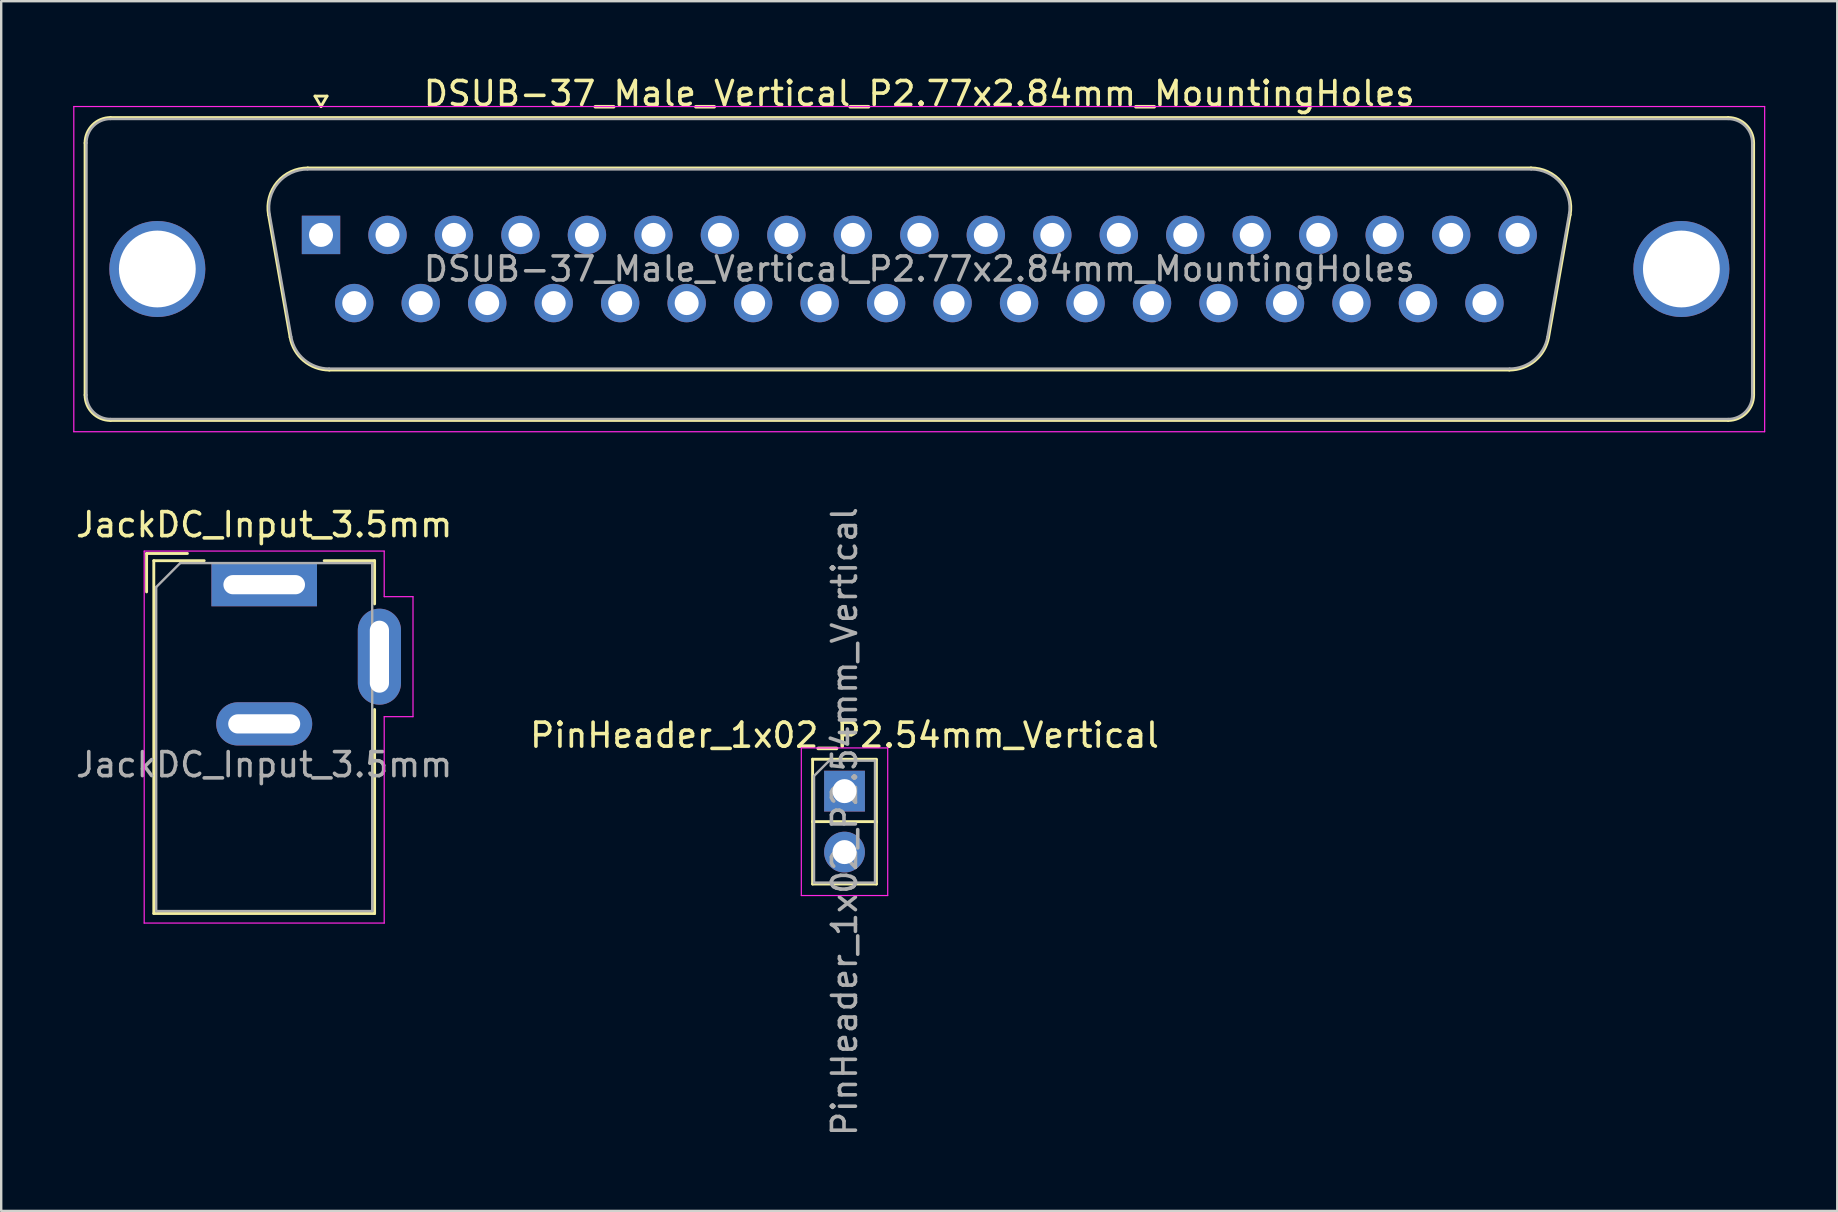
<source format=kicad_pcb>
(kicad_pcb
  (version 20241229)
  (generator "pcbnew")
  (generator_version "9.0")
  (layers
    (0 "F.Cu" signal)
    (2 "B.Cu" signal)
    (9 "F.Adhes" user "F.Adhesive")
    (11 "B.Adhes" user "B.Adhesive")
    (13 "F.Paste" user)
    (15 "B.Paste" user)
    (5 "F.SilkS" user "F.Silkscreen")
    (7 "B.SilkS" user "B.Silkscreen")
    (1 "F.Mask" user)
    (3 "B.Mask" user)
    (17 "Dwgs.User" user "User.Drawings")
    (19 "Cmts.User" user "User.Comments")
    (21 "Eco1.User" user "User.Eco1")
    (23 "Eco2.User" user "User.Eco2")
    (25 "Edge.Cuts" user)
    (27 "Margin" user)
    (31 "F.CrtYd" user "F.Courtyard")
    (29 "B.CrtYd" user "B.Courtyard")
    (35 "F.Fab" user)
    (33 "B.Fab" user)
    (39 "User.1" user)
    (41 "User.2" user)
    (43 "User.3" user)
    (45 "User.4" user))
  (footprint "JackDC_Input_3.5mm"
    (layer "F.Cu")
    (at 7.958 21.311)
    (property "Reference" "JackDC_Input_3.5mm" (at 0 -2.5 0) (layer "F.SilkS") (effects (font (size 1 1) (thickness 0.15))))
    (attr through_hole)
    (fp_line (start -4.9 -1.3) (end -4.9 0.3) (stroke (width 0.12) (type solid)) (layer "F.SilkS"))
    (fp_line (start -4.6 -1) (end -2.5 -1) (stroke (width 0.12) (type solid)) (layer "F.SilkS"))
    (fp_line (start -4.6 13.7) (end -4.6 -1) (stroke (width 0.12) (type solid)) (layer "F.SilkS"))
    (fp_line (start -3.2 -1.3) (end -4.9 -1.3) (stroke (width 0.12) (type solid)) (layer "F.SilkS"))
    (fp_line (start 2.5 -1) (end 4.6 -1) (stroke (width 0.12) (type solid)) (layer "F.SilkS"))
    (fp_line (start 4.6 -1) (end 4.6 0.8) (stroke (width 0.12) (type solid)) (layer "F.SilkS"))
    (fp_line (start 4.6 5.2) (end 4.6 13.7) (stroke (width 0.12) (type solid)) (layer "F.SilkS"))
    (fp_line (start 4.6 13.7) (end -4.6 13.7) (stroke (width 0.12) (type solid)) (layer "F.SilkS"))
    (fp_line (start -5 -1.4) (end -5 14.1) (stroke (width 0.05) (type solid)) (layer "F.CrtYd"))
    (fp_line (start -5 14.1) (end 5 14.1) (stroke (width 0.05) (type solid)) (layer "F.CrtYd"))
    (fp_line (start 5 -1.4) (end -5 -1.4) (stroke (width 0.05) (type solid)) (layer "F.CrtYd"))
    (fp_line (start 5 0.5) (end 5 -1.4) (stroke (width 0.05) (type solid)) (layer "F.CrtYd"))
    (fp_line (start 5 14.1) (end 5 5.5) (stroke (width 0.05) (type solid)) (layer "F.CrtYd"))
    (fp_line (start 6.2 0.5) (end 5 0.5) (stroke (width 0.05) (type solid)) (layer "F.CrtYd"))
    (fp_line (start 6.2 0.5) (end 6.2 5.5) (stroke (width 0.05) (type solid)) (layer "F.CrtYd"))
    (fp_line (start 6.2 5.5) (end 5 5.5) (stroke (width 0.05) (type solid)) (layer "F.CrtYd"))
    (fp_line (start -4.5 0.1) (end -3.5 -0.9) (stroke (width 0.1) (type solid)) (layer "F.Fab"))
    (fp_line (start -4.5 13.6) (end -4.5 0.1) (stroke (width 0.1) (type solid)) (layer "F.Fab"))
    (fp_line (start 4.5 -0.9) (end -3.5 -0.9) (stroke (width 0.1) (type solid)) (layer "F.Fab"))
    (fp_line (start 4.5 -0.9) (end 4.5 13.6) (stroke (width 0.1) (type solid)) (layer "F.Fab"))
    (fp_line (start 4.5 13.6) (end -4.5 13.6) (stroke (width 0.1) (type solid)) (layer "F.Fab"))
    (fp_text user "${REFERENCE}" (at 0 7.5 0) (layer "F.Fab") (effects (font (size 1 1) (thickness 0.15))))
    (pad "1" thru_hole rect (at 0 0) (size 4.4 1.8) (drill oval 3.4 0.8) (layers "*.Cu" "*.Mask"))
    (pad "2" thru_hole oval (at 0 5.8) (size 4 1.8) (drill oval 3 0.8) (layers "*.Cu" "*.Mask"))
    (pad "3" thru_hole oval (at 4.8 3 90) (size 4 1.8) (drill oval 3 0.8) (layers "*.Cu" "*.Mask")))
  (footprint "PinHeader_1x02_P2.54mm_Vertical"
    (layer "F.Cu")
    (at 32.137 29.913)
    (property "Reference" "PinHeader_1x02_P2.54mm_Vertical" (at 0 -2.33 0) (layer "F.SilkS") (effects (font (size 1 1) (thickness 0.15))))
    (attr through_hole)
    (fp_line (start -1.33 -1.33) (end -1.33 1.27) (stroke (width 0.12) (type solid)) (layer "F.SilkS"))
    (fp_line (start -1.33 -1.33) (end 1.33 -1.33) (stroke (width 0.12) (type solid)) (layer "F.SilkS"))
    (fp_line (start -1.33 1.27) (end -1.33 3.87) (stroke (width 0.12) (type solid)) (layer "F.SilkS"))
    (fp_line (start -1.33 1.27) (end 1.33 1.27) (stroke (width 0.12) (type solid)) (layer "F.SilkS"))
    (fp_line (start -1.33 3.87) (end 1.33 3.87) (stroke (width 0.12) (type solid)) (layer "F.SilkS"))
    (fp_line (start 1.33 -1.3) (end 1.33 1.3) (stroke (width 0.12) (type solid)) (layer "F.SilkS"))
    (fp_line (start 1.33 1.27) (end 1.33 3.87) (stroke (width 0.12) (type solid)) (layer "F.SilkS"))
    (fp_line (start -1.8 -1.8) (end -1.8 4.35) (stroke (width 0.05) (type solid)) (layer "F.CrtYd"))
    (fp_line (start -1.8 4.35) (end 1.8 4.35) (stroke (width 0.05) (type solid)) (layer "F.CrtYd"))
    (fp_line (start 1.8 -1.8) (end -1.8 -1.8) (stroke (width 0.05) (type solid)) (layer "F.CrtYd"))
    (fp_line (start 1.8 4.35) (end 1.8 -1.8) (stroke (width 0.05) (type solid)) (layer "F.CrtYd"))
    (fp_line (start -1.27 -0.635) (end -0.635 -1.27) (stroke (width 0.1) (type solid)) (layer "F.Fab"))
    (fp_line (start -1.27 3.81) (end -1.27 -0.635) (stroke (width 0.1) (type solid)) (layer "F.Fab"))
    (fp_line (start -0.635 -1.27) (end 1.27 -1.27) (stroke (width 0.1) (type solid)) (layer "F.Fab"))
    (fp_line (start 1.27 -1.27) (end 1.27 3.81) (stroke (width 0.1) (type solid)) (layer "F.Fab"))
    (fp_line (start 1.27 3.81) (end -1.27 3.81) (stroke (width 0.1) (type solid)) (layer "F.Fab"))
    (fp_text user "${REFERENCE}" (at 0 1.27 90) (layer "F.Fab") (effects (font (size 1 1) (thickness 0.15))))
    (pad "1" thru_hole rect (at 0 0) (size 1.7 1.7) (drill 1) (layers "*.Cu" "*.Mask"))
    (pad "2" thru_hole oval (at 0 2.54) (size 1.7 1.7) (drill 1) (layers "*.Cu" "*.Mask")))
  (footprint "DSUB-37_Male_Vertical_P2.77x2.84mm_MountingHoles"
    (layer "F.Cu")
    (at 10.325 6.738)
    (property "Reference" "DSUB-37_Male_Vertical_P2.77x2.84mm_MountingHoles" (at 24.93 -5.89 0) (layer "F.SilkS") (effects (font (size 1 1) (thickness 0.15))))
    (attr through_hole)
    (fp_line (start -9.83 6.67) (end -9.83 -3.83) (stroke (width 0.12) (type solid)) (layer "F.SilkS"))
    (fp_line (start -8.77 -4.89) (end 58.63 -4.89) (stroke (width 0.12) (type solid)) (layer "F.SilkS"))
    (fp_line (start -2.186 -0.842) (end -1.287 4.258) (stroke (width 0.12) (type solid)) (layer "F.SilkS"))
    (fp_line (start -0.552 -2.79) (end 50.412 -2.79) (stroke (width 0.12) (type solid)) (layer "F.SilkS"))
    (fp_line (start -0.25 -5.784) (end 0.25 -5.784) (stroke (width 0.12) (type solid)) (layer "F.SilkS"))
    (fp_line (start 0 -5.351) (end -0.25 -5.784) (stroke (width 0.12) (type solid)) (layer "F.SilkS"))
    (fp_line (start 0.25 -5.784) (end 0 -5.351) (stroke (width 0.12) (type solid)) (layer "F.SilkS"))
    (fp_line (start 0.348 5.63) (end 49.512 5.63) (stroke (width 0.12) (type solid)) (layer "F.SilkS"))
    (fp_line (start 52.046 -0.842) (end 51.147 4.258) (stroke (width 0.12) (type solid)) (layer "F.SilkS"))
    (fp_line (start 58.63 7.73) (end -8.77 7.73) (stroke (width 0.12) (type solid)) (layer "F.SilkS"))
    (fp_line (start 59.69 -3.83) (end 59.69 6.67) (stroke (width 0.12) (type solid)) (layer "F.SilkS"))
    (fp_arc (start -9.83 -3.83) (mid -9.519533 -4.579533) (end -8.77 -4.89) (stroke (width 0.12) (type solid)) (layer "F.SilkS"))
    (fp_arc (start -8.77 7.73) (mid -9.519533 7.419533) (end -9.83 6.67) (stroke (width 0.12) (type solid)) (layer "F.SilkS"))
    (fp_arc (start -2.18647 -0.841744) (mid -1.823323 -2.197028) (end -0.551689 -2.79) (stroke (width 0.12) (type solid)) (layer "F.SilkS"))
    (fp_arc (start 0.347579 5.63) (mid -0.719449 5.241634) (end -1.287202 4.258256) (stroke (width 0.12) (type solid)) (layer "F.SilkS"))
    (fp_arc (start 50.411689 -2.79) (mid 51.683323 -2.197027) (end 52.04647 -0.841744) (stroke (width 0.12) (type solid)) (layer "F.SilkS"))
    (fp_arc (start 51.147202 4.258256) (mid 50.579449 5.241634) (end 49.512421 5.63) (stroke (width 0.12) (type solid)) (layer "F.SilkS"))
    (fp_arc (start 58.63 -4.89) (mid 59.379533 -4.579533) (end 59.69 -3.83) (stroke (width 0.12) (type solid)) (layer "F.SilkS"))
    (fp_arc (start 59.69 6.67) (mid 59.379533 7.419533) (end 58.63 7.73) (stroke (width 0.12) (type solid)) (layer "F.SilkS"))
    (fp_line (start -10.3 -5.35) (end -10.3 8.2) (stroke (width 0.05) (type solid)) (layer "F.CrtYd"))
    (fp_line (start -10.3 8.2) (end 60.15 8.2) (stroke (width 0.05) (type solid)) (layer "F.CrtYd"))
    (fp_line (start 60.15 -5.35) (end -10.3 -5.35) (stroke (width 0.05) (type solid)) (layer "F.CrtYd"))
    (fp_line (start 60.15 8.2) (end 60.15 -5.35) (stroke (width 0.05) (type solid)) (layer "F.CrtYd"))
    (fp_line (start -9.77 6.67) (end -9.77 -3.83) (stroke (width 0.1) (type solid)) (layer "F.Fab"))
    (fp_line (start -8.77 -4.83) (end 58.63 -4.83) (stroke (width 0.1) (type solid)) (layer "F.Fab"))
    (fp_line (start -2.139 -0.852) (end -1.24 4.248) (stroke (width 0.1) (type solid)) (layer "F.Fab"))
    (fp_line (start -0.563 -2.73) (end 50.423 -2.73) (stroke (width 0.1) (type solid)) (layer "F.Fab"))
    (fp_line (start 0.336 5.57) (end 49.524 5.57) (stroke (width 0.1) (type solid)) (layer "F.Fab"))
    (fp_line (start 51.999 -0.852) (end 51.1 4.248) (stroke (width 0.1) (type solid)) (layer "F.Fab"))
    (fp_line (start 58.63 7.67) (end -8.77 7.67) (stroke (width 0.1) (type solid)) (layer "F.Fab"))
    (fp_line (start 59.63 -3.83) (end 59.63 6.67) (stroke (width 0.1) (type solid)) (layer "F.Fab"))
    (fp_arc (start -9.77 -3.83) (mid -9.477107 -4.537107) (end -8.77 -4.83) (stroke (width 0.1) (type solid)) (layer "F.Fab"))
    (fp_arc (start -8.77 7.67) (mid -9.477107 7.377107) (end -9.77 6.67) (stroke (width 0.1) (type solid)) (layer "F.Fab"))
    (fp_arc (start -2.138886 -0.852163) (mid -1.788865 -2.15846) (end -0.563194 -2.73) (stroke (width 0.1) (type solid)) (layer "F.Fab"))
    (fp_arc (start 0.336073 5.57) (mid -0.692387 5.195671) (end -1.239619 4.247837) (stroke (width 0.1) (type solid)) (layer "F.Fab"))
    (fp_arc (start 50.423194 -2.73) (mid 51.648865 -2.15846) (end 51.998886 -0.852163) (stroke (width 0.1) (type solid)) (layer "F.Fab"))
    (fp_arc (start 51.099619 4.247837) (mid 50.552387 5.195671) (end 49.523927 5.57) (stroke (width 0.1) (type solid)) (layer "F.Fab"))
    (fp_arc (start 58.63 -4.83) (mid 59.337107 -4.537107) (end 59.63 -3.83) (stroke (width 0.1) (type solid)) (layer "F.Fab"))
    (fp_arc (start 59.63 6.67) (mid 59.337107 7.377107) (end 58.63 7.67) (stroke (width 0.1) (type solid)) (layer "F.Fab"))
    (fp_text user "${REFERENCE}" (at 24.93 1.42 0) (layer "F.Fab") (effects (font (size 1 1) (thickness 0.15))))
    (pad "0" thru_hole circle (at -6.82 1.42) (size 4 4) (drill 3.2) (layers "*.Cu" "*.Mask"))
    (pad "0" thru_hole circle (at 56.68 1.42) (size 4 4) (drill 3.2) (layers "*.Cu" "*.Mask"))
    (pad "1" thru_hole rect (at 0 0) (size 1.6 1.6) (drill 1) (layers "*.Cu" "*.Mask"))
    (pad "2" thru_hole circle (at 2.77 0) (size 1.6 1.6) (drill 1) (layers "*.Cu" "*.Mask"))
    (pad "3" thru_hole circle (at 5.54 0) (size 1.6 1.6) (drill 1) (layers "*.Cu" "*.Mask"))
    (pad "4" thru_hole circle (at 8.31 0) (size 1.6 1.6) (drill 1) (layers "*.Cu" "*.Mask"))
    (pad "5" thru_hole circle (at 11.08 0) (size 1.6 1.6) (drill 1) (layers "*.Cu" "*.Mask"))
    (pad "6" thru_hole circle (at 13.85 0) (size 1.6 1.6) (drill 1) (layers "*.Cu" "*.Mask"))
    (pad "7" thru_hole circle (at 16.62 0) (size 1.6 1.6) (drill 1) (layers "*.Cu" "*.Mask"))
    (pad "8" thru_hole circle (at 19.39 0) (size 1.6 1.6) (drill 1) (layers "*.Cu" "*.Mask"))
    (pad "9" thru_hole circle (at 22.16 0) (size 1.6 1.6) (drill 1) (layers "*.Cu" "*.Mask"))
    (pad "10" thru_hole circle (at 24.93 0) (size 1.6 1.6) (drill 1) (layers "*.Cu" "*.Mask"))
    (pad "11" thru_hole circle (at 27.7 0) (size 1.6 1.6) (drill 1) (layers "*.Cu" "*.Mask"))
    (pad "12" thru_hole circle (at 30.47 0) (size 1.6 1.6) (drill 1) (layers "*.Cu" "*.Mask"))
    (pad "13" thru_hole circle (at 33.24 0) (size 1.6 1.6) (drill 1) (layers "*.Cu" "*.Mask"))
    (pad "14" thru_hole circle (at 36.01 0) (size 1.6 1.6) (drill 1) (layers "*.Cu" "*.Mask"))
    (pad "15" thru_hole circle (at 38.78 0) (size 1.6 1.6) (drill 1) (layers "*.Cu" "*.Mask"))
    (pad "16" thru_hole circle (at 41.55 0) (size 1.6 1.6) (drill 1) (layers "*.Cu" "*.Mask"))
    (pad "17" thru_hole circle (at 44.32 0) (size 1.6 1.6) (drill 1) (layers "*.Cu" "*.Mask"))
    (pad "18" thru_hole circle (at 47.09 0) (size 1.6 1.6) (drill 1) (layers "*.Cu" "*.Mask"))
    (pad "19" thru_hole circle (at 49.86 0) (size 1.6 1.6) (drill 1) (layers "*.Cu" "*.Mask"))
    (pad "20" thru_hole circle (at 1.385 2.84) (size 1.6 1.6) (drill 1) (layers "*.Cu" "*.Mask"))
    (pad "21" thru_hole circle (at 4.155 2.84) (size 1.6 1.6) (drill 1) (layers "*.Cu" "*.Mask"))
    (pad "22" thru_hole circle (at 6.925 2.84) (size 1.6 1.6) (drill 1) (layers "*.Cu" "*.Mask"))
    (pad "23" thru_hole circle (at 9.695 2.84) (size 1.6 1.6) (drill 1) (layers "*.Cu" "*.Mask"))
    (pad "24" thru_hole circle (at 12.465 2.84) (size 1.6 1.6) (drill 1) (layers "*.Cu" "*.Mask"))
    (pad "25" thru_hole circle (at 15.235 2.84) (size 1.6 1.6) (drill 1) (layers "*.Cu" "*.Mask"))
    (pad "26" thru_hole circle (at 18.005 2.84) (size 1.6 1.6) (drill 1) (layers "*.Cu" "*.Mask"))
    (pad "27" thru_hole circle (at 20.775 2.84) (size 1.6 1.6) (drill 1) (layers "*.Cu" "*.Mask"))
    (pad "28" thru_hole circle (at 23.545 2.84) (size 1.6 1.6) (drill 1) (layers "*.Cu" "*.Mask"))
    (pad "29" thru_hole circle (at 26.315 2.84) (size 1.6 1.6) (drill 1) (layers "*.Cu" "*.Mask"))
    (pad "30" thru_hole circle (at 29.085 2.84) (size 1.6 1.6) (drill 1) (layers "*.Cu" "*.Mask"))
    (pad "31" thru_hole circle (at 31.855 2.84) (size 1.6 1.6) (drill 1) (layers "*.Cu" "*.Mask"))
    (pad "32" thru_hole circle (at 34.625 2.84) (size 1.6 1.6) (drill 1) (layers "*.Cu" "*.Mask"))
    (pad "33" thru_hole circle (at 37.395 2.84) (size 1.6 1.6) (drill 1) (layers "*.Cu" "*.Mask"))
    (pad "34" thru_hole circle (at 40.165 2.84) (size 1.6 1.6) (drill 1) (layers "*.Cu" "*.Mask"))
    (pad "35" thru_hole circle (at 42.935 2.84) (size 1.6 1.6) (drill 1) (layers "*.Cu" "*.Mask"))
    (pad "36" thru_hole circle (at 45.705 2.84) (size 1.6 1.6) (drill 1) (layers "*.Cu" "*.Mask"))
    (pad "37" thru_hole circle (at 48.475 2.84) (size 1.6 1.6) (drill 1) (layers "*.Cu" "*.Mask")))
  (gr_rect
    (start -3 -3)
    (end 73.5 47.404)
    (stroke (width 0.1) (type default))
    (fill no)
    (layer "Edge.Cuts")))
</source>
